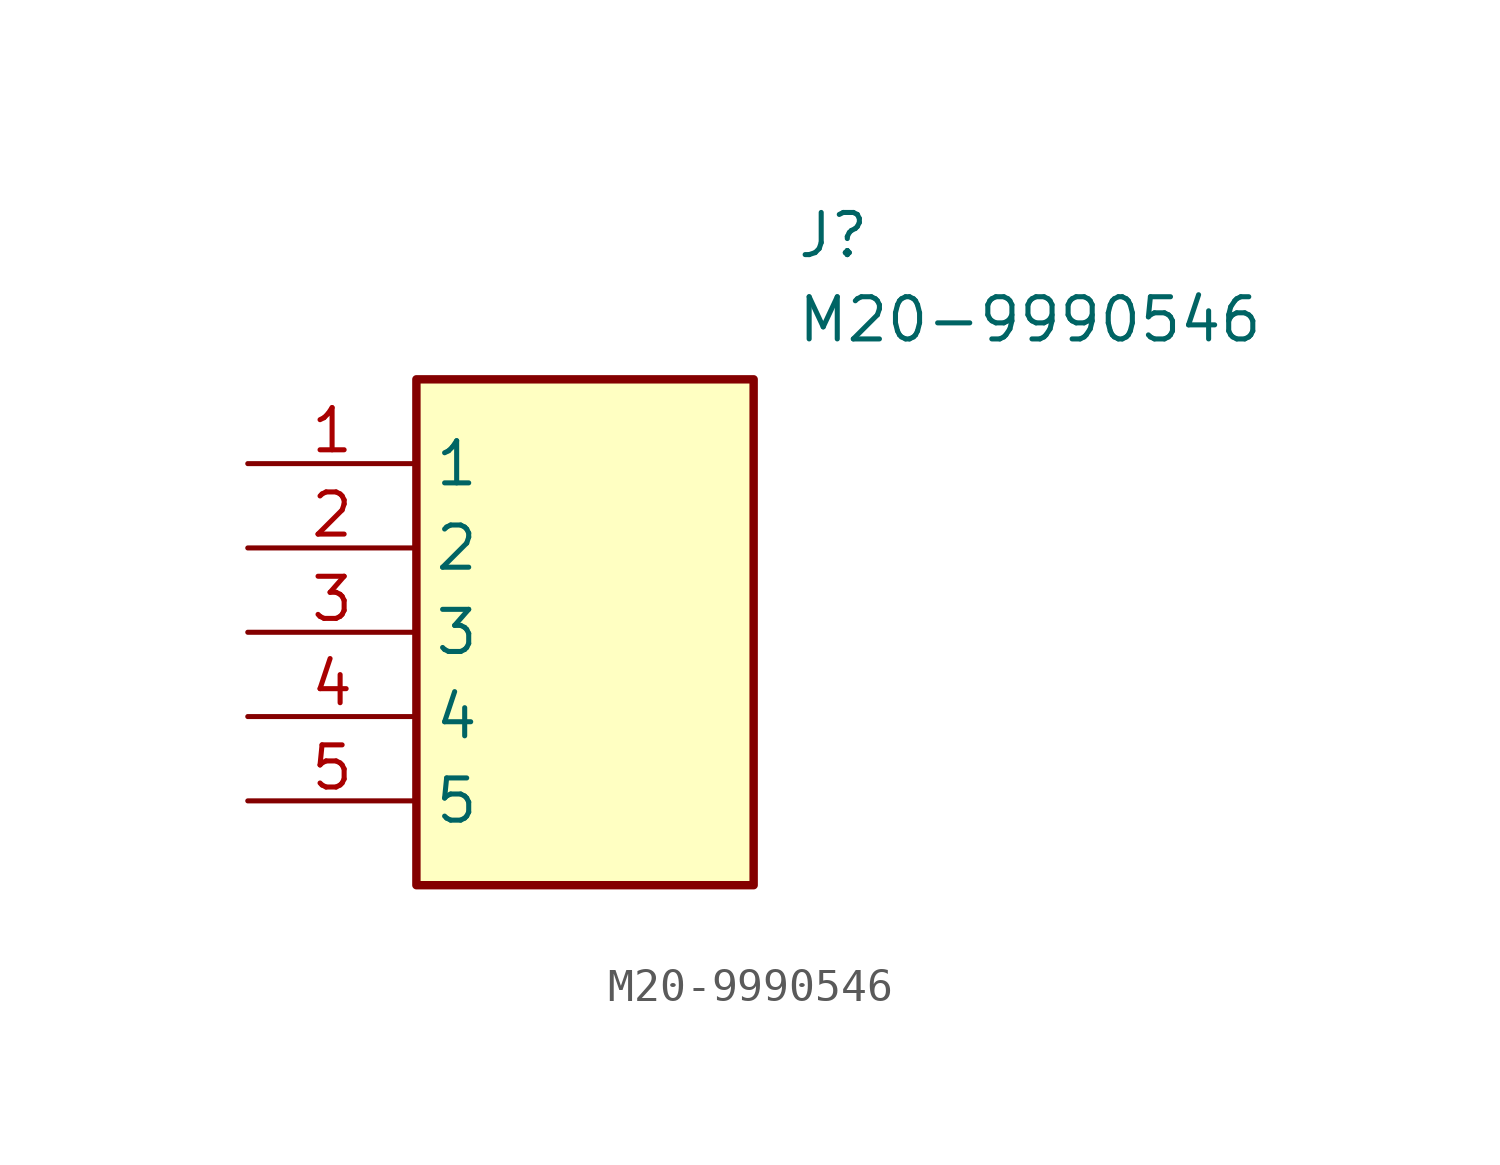
<source format=kicad_sym>
(kicad_symbol_lib
  (version 20211014)
  (generator SamacSys_ECAD_Model)
  (symbol "M20-9990546"
    (property "Reference" "J"
      (at 16.51 7.62 0)
      (effects (font (size 1.27 1.27)) (justify left top)))
    (property "Value" "M20-9990546"
      (at 16.51 5.08 0)
      (effects (font (size 1.27 1.27)) (justify left top)))
    (rectangle
      (start 5.08 2.54)
      (end 15.24 -12.7)
      (stroke (width 0.254) (type default))
      (fill (type background)))
    (pin passive line
      (at 0 0 0)
      (length 5.08)
      (name "1" (effects (font (size 1.27 1.27))))
      (number "1" (effects (font (size 1.27 1.27)))))
    (pin passive line
      (at 0 -2.54 0)
      (length 5.08)
      (name "2" (effects (font (size 1.27 1.27))))
      (number "2" (effects (font (size 1.27 1.27)))))
    (pin passive line
      (at 0 -5.08 0)
      (length 5.08)
      (name "3" (effects (font (size 1.27 1.27))))
      (number "3" (effects (font (size 1.27 1.27)))))
    (pin passive line
      (at 0 -7.62 0)
      (length 5.08)
      (name "4" (effects (font (size 1.27 1.27))))
      (number "4" (effects (font (size 1.27 1.27)))))
    (pin passive line
      (at 0 -10.16 0)
      (length 5.08)
      (name "5" (effects (font (size 1.27 1.27))))
      (number "5" (effects (font (size 1.27 1.27)))))))
</source>
